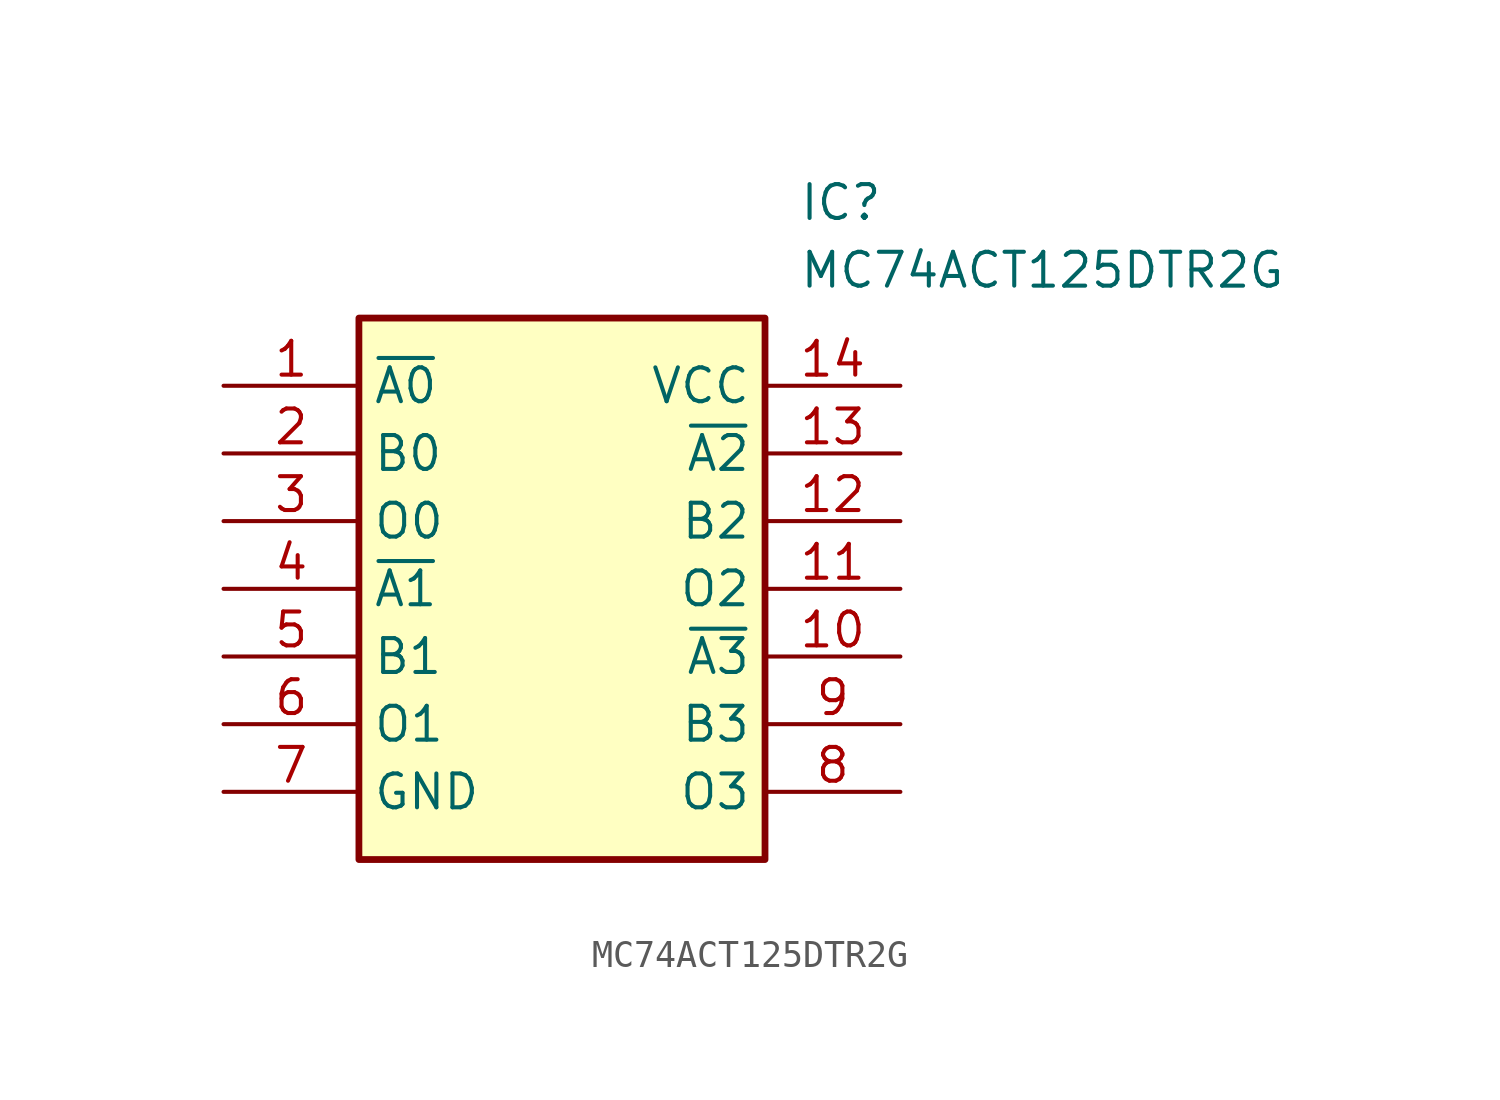
<source format=kicad_sym>
(kicad_symbol_lib
  (version 20211014)
  (generator SamacSys_ECAD_Model)
  (symbol "MC74ACT125DTR2G"
    (property "Reference" "IC"
      (at 21.59 7.62 0)
      (effects (font (size 1.27 1.27)) (justify left top)))
    (property "Value" "MC74ACT125DTR2G"
      (at 21.59 5.08 0)
      (effects (font (size 1.27 1.27)) (justify left top)))
    (rectangle
      (start 5.08 2.54)
      (end 20.32 -17.78)
      (stroke (width 0.254) (type default))
      (fill (type background)))
    (pin passive line
      (at 0 0 0)
      (length 5.08)
      (name "~{A0}" (effects (font (size 1.27 1.27))))
      (number "1" (effects (font (size 1.27 1.27)))))
    (pin passive line
      (at 0 -2.54 0)
      (length 5.08)
      (name "B0" (effects (font (size 1.27 1.27))))
      (number "2" (effects (font (size 1.27 1.27)))))
    (pin passive line
      (at 0 -5.08 0)
      (length 5.08)
      (name "O0" (effects (font (size 1.27 1.27))))
      (number "3" (effects (font (size 1.27 1.27)))))
    (pin passive line
      (at 0 -7.62 0)
      (length 5.08)
      (name "~{A1}" (effects (font (size 1.27 1.27))))
      (number "4" (effects (font (size 1.27 1.27)))))
    (pin passive line
      (at 0 -10.16 0)
      (length 5.08)
      (name "B1" (effects (font (size 1.27 1.27))))
      (number "5" (effects (font (size 1.27 1.27)))))
    (pin passive line
      (at 0 -12.7 0)
      (length 5.08)
      (name "O1" (effects (font (size 1.27 1.27))))
      (number "6" (effects (font (size 1.27 1.27)))))
    (pin passive line
      (at 0 -15.24 0)
      (length 5.08)
      (name "GND" (effects (font (size 1.27 1.27))))
      (number "7" (effects (font (size 1.27 1.27)))))
    (pin passive line
      (at 25.4 0 180)
      (length 5.08)
      (name "VCC" (effects (font (size 1.27 1.27))))
      (number "14" (effects (font (size 1.27 1.27)))))
    (pin passive line
      (at 25.4 -2.54 180)
      (length 5.08)
      (name "~{A2}" (effects (font (size 1.27 1.27))))
      (number "13" (effects (font (size 1.27 1.27)))))
    (pin passive line
      (at 25.4 -5.08 180)
      (length 5.08)
      (name "B2" (effects (font (size 1.27 1.27))))
      (number "12" (effects (font (size 1.27 1.27)))))
    (pin passive line
      (at 25.4 -7.62 180)
      (length 5.08)
      (name "O2" (effects (font (size 1.27 1.27))))
      (number "11" (effects (font (size 1.27 1.27)))))
    (pin passive line
      (at 25.4 -10.16 180)
      (length 5.08)
      (name "~{A3}" (effects (font (size 1.27 1.27))))
      (number "10" (effects (font (size 1.27 1.27)))))
    (pin passive line
      (at 25.4 -12.7 180)
      (length 5.08)
      (name "B3" (effects (font (size 1.27 1.27))))
      (number "9" (effects (font (size 1.27 1.27)))))
    (pin passive line
      (at 25.4 -15.24 180)
      (length 5.08)
      (name "O3" (effects (font (size 1.27 1.27))))
      (number "8" (effects (font (size 1.27 1.27)))))))
</source>
